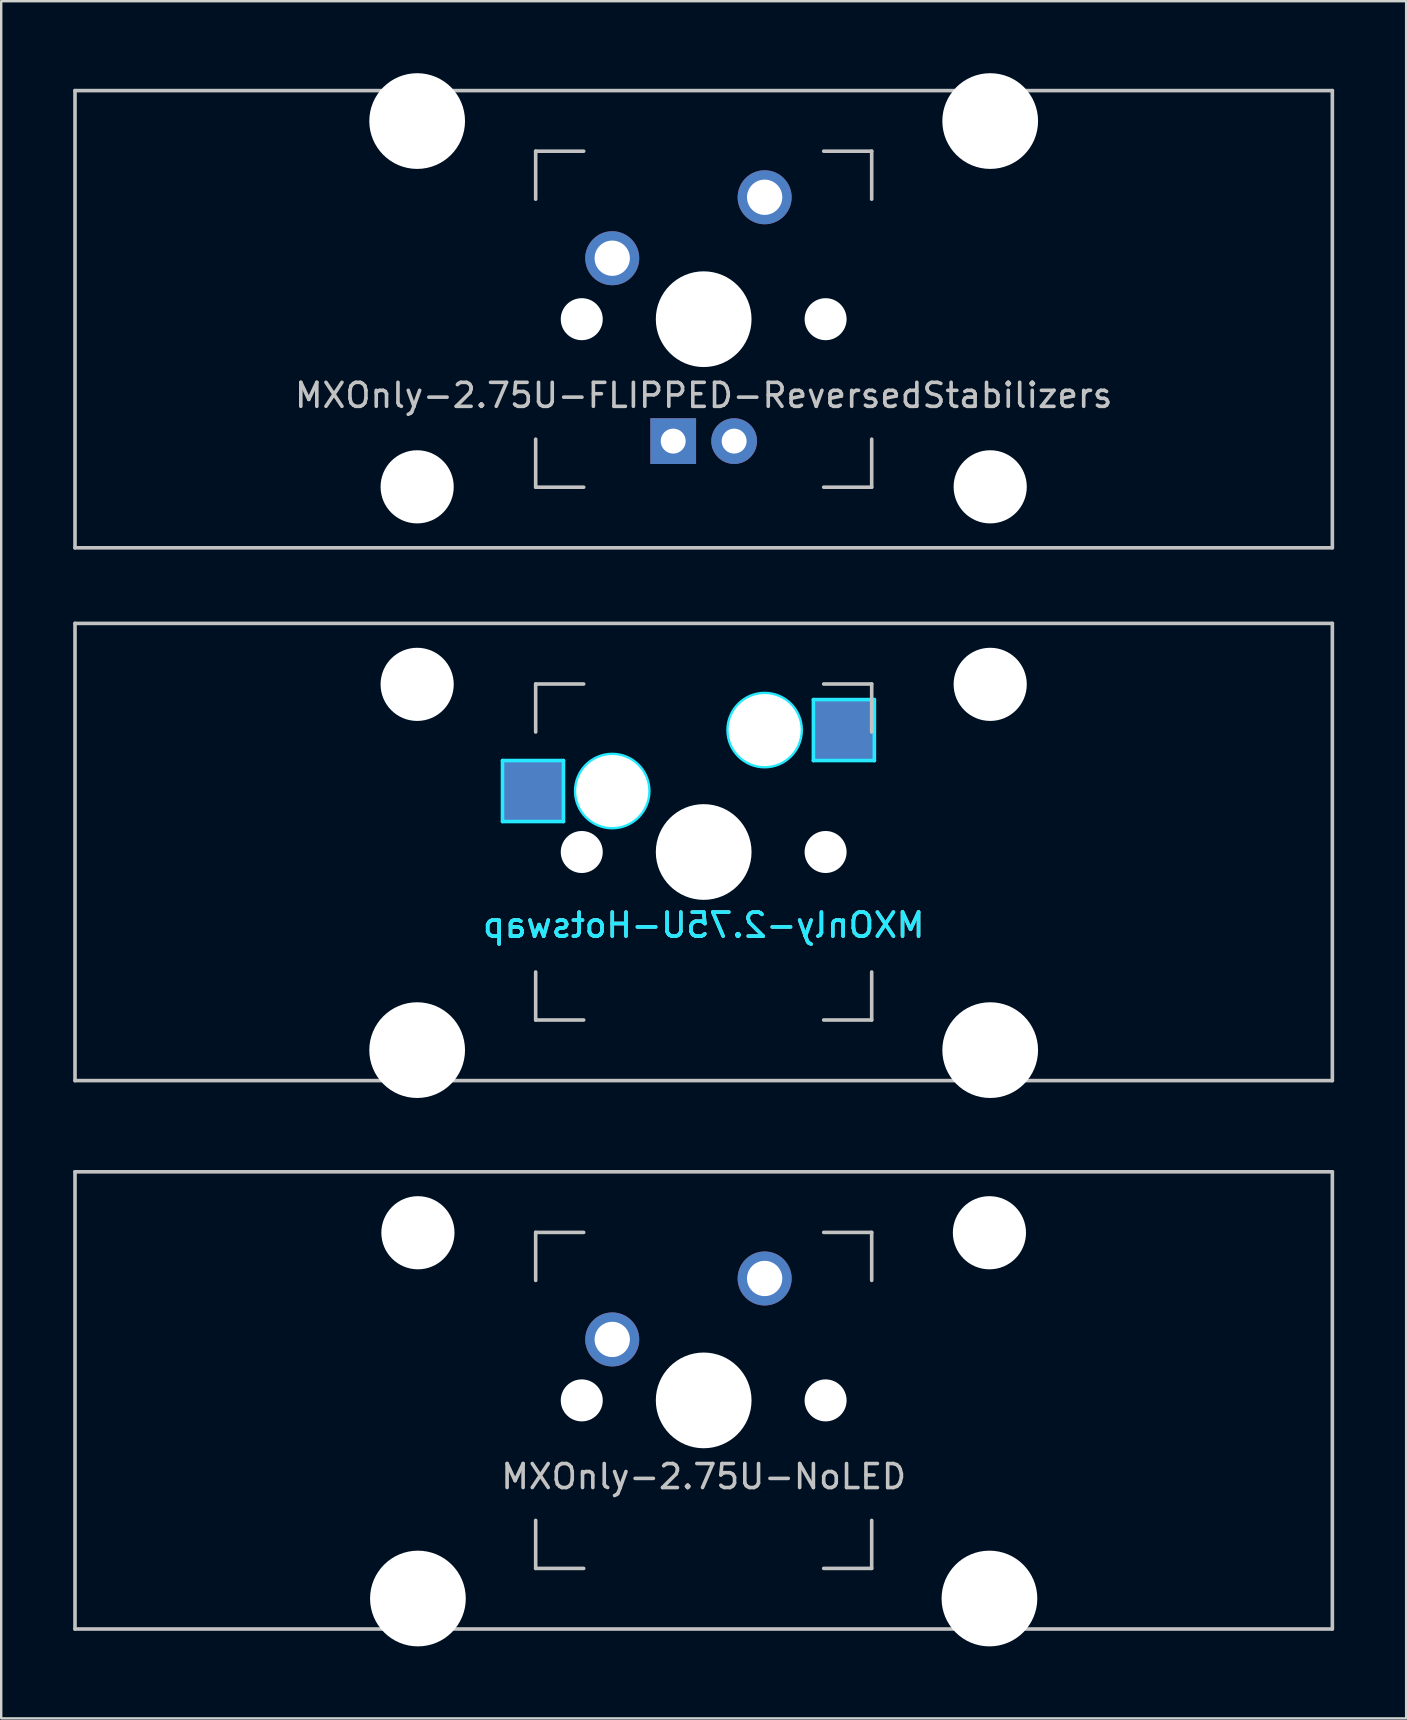
<source format=kicad_pcb>
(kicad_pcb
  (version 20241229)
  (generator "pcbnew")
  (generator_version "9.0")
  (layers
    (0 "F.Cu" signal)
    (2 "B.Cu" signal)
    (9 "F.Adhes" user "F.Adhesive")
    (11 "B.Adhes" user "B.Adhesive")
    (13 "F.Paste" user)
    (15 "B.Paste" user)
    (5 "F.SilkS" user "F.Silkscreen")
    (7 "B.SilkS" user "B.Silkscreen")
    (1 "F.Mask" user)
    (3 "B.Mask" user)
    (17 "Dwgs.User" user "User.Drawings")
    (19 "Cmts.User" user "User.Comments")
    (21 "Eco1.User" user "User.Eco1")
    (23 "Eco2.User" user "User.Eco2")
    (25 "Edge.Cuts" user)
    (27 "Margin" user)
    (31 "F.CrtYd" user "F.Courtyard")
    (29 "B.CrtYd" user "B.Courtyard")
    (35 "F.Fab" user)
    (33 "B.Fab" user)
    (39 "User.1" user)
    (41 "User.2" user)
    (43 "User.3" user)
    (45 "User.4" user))
  (footprint "MXOnly-2.75U-FLIPPED-ReversedStabilizers"
    (layer "F.Cu")
    (at 26.269 10.249)
    (property "Reference" "MXOnly-2.75U-FLIPPED-ReversedStabilizers" (at 0 3.175 0) (layer "Dwgs.User") (effects (font (size 1 1) (thickness 0.15))))
    (attr through_hole)
    (fp_line (start -26.194 -9.525) (end 26.194 -9.525) (stroke (width 0.15) (type solid)) (layer "Dwgs.User"))
    (fp_line (start -26.194 9.525) (end -26.194 -9.525) (stroke (width 0.15) (type solid)) (layer "Dwgs.User"))
    (fp_line (start -26.194 9.525) (end 26.194 9.525) (stroke (width 0.15) (type solid)) (layer "Dwgs.User"))
    (fp_line (start -7 -7) (end -7 -5) (stroke (width 0.15) (type solid)) (layer "Dwgs.User"))
    (fp_line (start -7 5) (end -7 7) (stroke (width 0.15) (type solid)) (layer "Dwgs.User"))
    (fp_line (start -7 7) (end -5 7) (stroke (width 0.15) (type solid)) (layer "Dwgs.User"))
    (fp_line (start -5 -7) (end -7 -7) (stroke (width 0.15) (type solid)) (layer "Dwgs.User"))
    (fp_line (start 5 -7) (end 7 -7) (stroke (width 0.15) (type solid)) (layer "Dwgs.User"))
    (fp_line (start 5 7) (end 7 7) (stroke (width 0.15) (type solid)) (layer "Dwgs.User"))
    (fp_line (start 7 -7) (end 7 -5) (stroke (width 0.15) (type solid)) (layer "Dwgs.User"))
    (fp_line (start 7 7) (end 7 5) (stroke (width 0.15) (type solid)) (layer "Dwgs.User"))
    (fp_line (start 26.194 -9.525) (end 26.194 9.525) (stroke (width 0.15) (type solid)) (layer "Dwgs.User"))
    (pad "" np_thru_hole circle (at -11.938 -8.255) (size 3.988 3.988) (drill 3.988) (layers "*.Cu" "*.Mask"))
    (pad "" np_thru_hole circle (at -11.938 6.985) (size 3.048 3.048) (drill 3.048) (layers "*.Cu" "*.Mask"))
    (pad "" np_thru_hole circle (at -5.08 0 48.1) (size 1.75 1.75) (drill 1.75) (layers "*.Cu" "*.Mask"))
    (pad "" np_thru_hole circle (at 0 0) (size 3.988 3.988) (drill 3.988) (layers "*.Cu" "*.Mask"))
    (pad "" np_thru_hole circle (at 5.08 0 48.1) (size 1.75 1.75) (drill 1.75) (layers "*.Cu" "*.Mask"))
    (pad "" np_thru_hole circle (at 11.938 -8.255) (size 3.988 3.988) (drill 3.988) (layers "*.Cu" "*.Mask"))
    (pad "" np_thru_hole circle (at 11.938 6.985) (size 3.048 3.048) (drill 3.048) (layers "*.Cu" "*.Mask"))
    (pad "1" thru_hole circle (at -3.81 -2.54) (size 2.25 2.25) (drill 1.47) (layers "*.Cu" "B.Mask"))
    (pad "2" thru_hole circle (at 2.54 -5.08) (size 2.25 2.25) (drill 1.47) (layers "*.Cu" "B.Mask"))
    (pad "3" thru_hole circle (at 1.27 5.08) (size 1.905 1.905) (drill 1.04) (layers "*.Cu" "B.Mask"))
    (pad "4" thru_hole rect (at -1.27 5.08) (size 1.905 1.905) (drill 1.04) (layers "*.Cu" "B.Mask")))
  (footprint "MXOnly-2.75U-Hotswap"
    (layer "F.Cu")
    (at 26.269 32.449)
    (property "Reference" "MXOnly-2.75U-Hotswap" (at 0 3.048 0) (layer "B.CrtYd") (effects (font (size 1 1) (thickness 0.15)) (justify mirror)))
    (attr smd)
    (fp_line (start -26.194 -9.525) (end 26.194 -9.525) (stroke (width 0.15) (type solid)) (layer "Dwgs.User"))
    (fp_line (start -26.194 9.525) (end -26.194 -9.525) (stroke (width 0.15) (type solid)) (layer "Dwgs.User"))
    (fp_line (start -7 -7) (end -7 -5) (stroke (width 0.15) (type solid)) (layer "Dwgs.User"))
    (fp_line (start -7 5) (end -7 7) (stroke (width 0.15) (type solid)) (layer "Dwgs.User"))
    (fp_line (start -7 7) (end -5 7) (stroke (width 0.15) (type solid)) (layer "Dwgs.User"))
    (fp_line (start -5 -7) (end -7 -7) (stroke (width 0.15) (type solid)) (layer "Dwgs.User"))
    (fp_line (start 5 -7) (end 7 -7) (stroke (width 0.15) (type solid)) (layer "Dwgs.User"))
    (fp_line (start 5 7) (end 7 7) (stroke (width 0.15) (type solid)) (layer "Dwgs.User"))
    (fp_line (start 7 -7) (end 7 -5) (stroke (width 0.15) (type solid)) (layer "Dwgs.User"))
    (fp_line (start 7 7) (end 7 5) (stroke (width 0.15) (type solid)) (layer "Dwgs.User"))
    (fp_line (start 26.194 -9.525) (end 26.194 9.525) (stroke (width 0.15) (type solid)) (layer "Dwgs.User"))
    (fp_line (start 26.194 9.525) (end -26.194 9.525) (stroke (width 0.15) (type solid)) (layer "Dwgs.User"))
    (fp_line (start -8.382 -3.81) (end -5.842 -3.81) (stroke (width 0.15) (type solid)) (layer "B.CrtYd"))
    (fp_line (start -8.382 -1.27) (end -8.382 -3.81) (stroke (width 0.15) (type solid)) (layer "B.CrtYd"))
    (fp_line (start -5.842 -3.81) (end -5.842 -1.27) (stroke (width 0.15) (type solid)) (layer "B.CrtYd"))
    (fp_line (start -5.842 -1.27) (end -8.382 -1.27) (stroke (width 0.15) (type solid)) (layer "B.CrtYd"))
    (fp_line (start 4.572 -6.35) (end 7.112 -6.35) (stroke (width 0.15) (type solid)) (layer "B.CrtYd"))
    (fp_line (start 4.572 -3.81) (end 4.572 -6.35) (stroke (width 0.15) (type solid)) (layer "B.CrtYd"))
    (fp_line (start 7.112 -6.35) (end 7.112 -3.81) (stroke (width 0.15) (type solid)) (layer "B.CrtYd"))
    (fp_line (start 7.112 -3.81) (end 4.572 -3.81) (stroke (width 0.15) (type solid)) (layer "B.CrtYd"))
    (fp_circle (center -3.81 -2.54) (end -3.81 -4.064) (stroke (width 0.15) (type solid)) (fill no) (layer "B.CrtYd"))
    (fp_circle (center 2.54 -5.08) (end 2.54 -6.604) (stroke (width 0.15) (type solid)) (fill no) (layer "B.CrtYd"))
    (fp_text user "${REFERENCE}" (at 0 3.048 0) (layer "B.SilkS") (effects (font (size 1 1) (thickness 0.15)) (justify mirror)))
    (pad "" np_thru_hole circle (at -11.938 -6.985) (size 3.048 3.048) (drill 3.048) (layers "*.Cu" "*.Mask"))
    (pad "" np_thru_hole circle (at -11.938 8.255) (size 3.988 3.988) (drill 3.988) (layers "*.Cu" "*.Mask"))
    (pad "" np_thru_hole circle (at -5.08 0 48.1) (size 1.75 1.75) (drill 1.75) (layers "*.Cu" "*.Mask"))
    (pad "" np_thru_hole circle (at -3.81 -2.54) (size 3 3) (drill 3) (layers "*.Cu" "*.Mask"))
    (pad "" np_thru_hole circle (at 0 0) (size 3.988 3.988) (drill 3.988) (layers "*.Cu" "*.Mask"))
    (pad "" np_thru_hole circle (at 2.54 -5.08) (size 3 3) (drill 3) (layers "*.Cu" "*.Mask"))
    (pad "" np_thru_hole circle (at 5.08 0 48.1) (size 1.75 1.75) (drill 1.75) (layers "*.Cu" "*.Mask"))
    (pad "" np_thru_hole circle (at 11.938 -6.985) (size 3.048 3.048) (drill 3.048) (layers "*.Cu" "*.Mask"))
    (pad "" np_thru_hole circle (at 11.938 8.255) (size 3.988 3.988) (drill 3.988) (layers "*.Cu" "*.Mask"))
    (pad "1" smd rect (at -7.085 -2.54) (size 2.55 2.5) (layers "B.Cu" "B.Mask" "B.Paste"))
    (pad "2" smd rect (at 5.842 -5.08) (size 2.55 2.5) (layers "B.Cu" "B.Mask" "B.Paste")))
  (footprint "MXOnly-2.75U-NoLED"
    (layer "F.Cu")
    (at 26.269 55.298)
    (property "Reference" "MXOnly-2.75U-NoLED" (at 0 3.175 0) (layer "Dwgs.User") (effects (font (size 1 1) (thickness 0.15))))
    (attr through_hole)
    (fp_line (start -26.194 -9.525) (end 26.194 -9.525) (stroke (width 0.15) (type solid)) (layer "Dwgs.User"))
    (fp_line (start -26.194 9.525) (end -26.194 -9.525) (stroke (width 0.15) (type solid)) (layer "Dwgs.User"))
    (fp_line (start -26.194 9.525) (end 26.194 9.525) (stroke (width 0.15) (type solid)) (layer "Dwgs.User"))
    (fp_line (start -7 -7) (end -7 -5) (stroke (width 0.15) (type solid)) (layer "Dwgs.User"))
    (fp_line (start -7 5) (end -7 7) (stroke (width 0.15) (type solid)) (layer "Dwgs.User"))
    (fp_line (start -7 7) (end -5 7) (stroke (width 0.15) (type solid)) (layer "Dwgs.User"))
    (fp_line (start -5 -7) (end -7 -7) (stroke (width 0.15) (type solid)) (layer "Dwgs.User"))
    (fp_line (start 5 -7) (end 7 -7) (stroke (width 0.15) (type solid)) (layer "Dwgs.User"))
    (fp_line (start 5 7) (end 7 7) (stroke (width 0.15) (type solid)) (layer "Dwgs.User"))
    (fp_line (start 7 -7) (end 7 -5) (stroke (width 0.15) (type solid)) (layer "Dwgs.User"))
    (fp_line (start 7 7) (end 7 5) (stroke (width 0.15) (type solid)) (layer "Dwgs.User"))
    (fp_line (start 26.194 -9.525) (end 26.194 9.525) (stroke (width 0.15) (type solid)) (layer "Dwgs.User"))
    (pad "" np_thru_hole circle (at -11.906 -6.985) (size 3.048 3.048) (drill 3.048) (layers "*.Cu" "*.Mask"))
    (pad "" np_thru_hole circle (at -11.906 8.255) (size 3.988 3.988) (drill 3.988) (layers "*.Cu" "*.Mask"))
    (pad "" np_thru_hole circle (at -5.08 0 48.1) (size 1.75 1.75) (drill 1.75) (layers "*.Cu" "*.Mask"))
    (pad "" np_thru_hole circle (at 0 0) (size 3.988 3.988) (drill 3.988) (layers "*.Cu" "*.Mask"))
    (pad "" np_thru_hole circle (at 5.08 0 48.1) (size 1.75 1.75) (drill 1.75) (layers "*.Cu" "*.Mask"))
    (pad "" np_thru_hole circle (at 11.906 -6.985) (size 3.048 3.048) (drill 3.048) (layers "*.Cu" "*.Mask"))
    (pad "" np_thru_hole circle (at 11.906 8.255) (size 3.988 3.988) (drill 3.988) (layers "*.Cu" "*.Mask"))
    (pad "1" thru_hole circle (at -3.81 -2.54) (size 2.25 2.25) (drill 1.47) (layers "*.Cu" "B.Mask"))
    (pad "2" thru_hole circle (at 2.54 -5.08) (size 2.25 2.25) (drill 1.47) (layers "*.Cu" "B.Mask")))
  (gr_rect
    (start -3 -3)
    (end 55.538 68.547)
    (stroke (width 0.1) (type default))
    (fill no)
    (layer "Edge.Cuts")))
</source>
